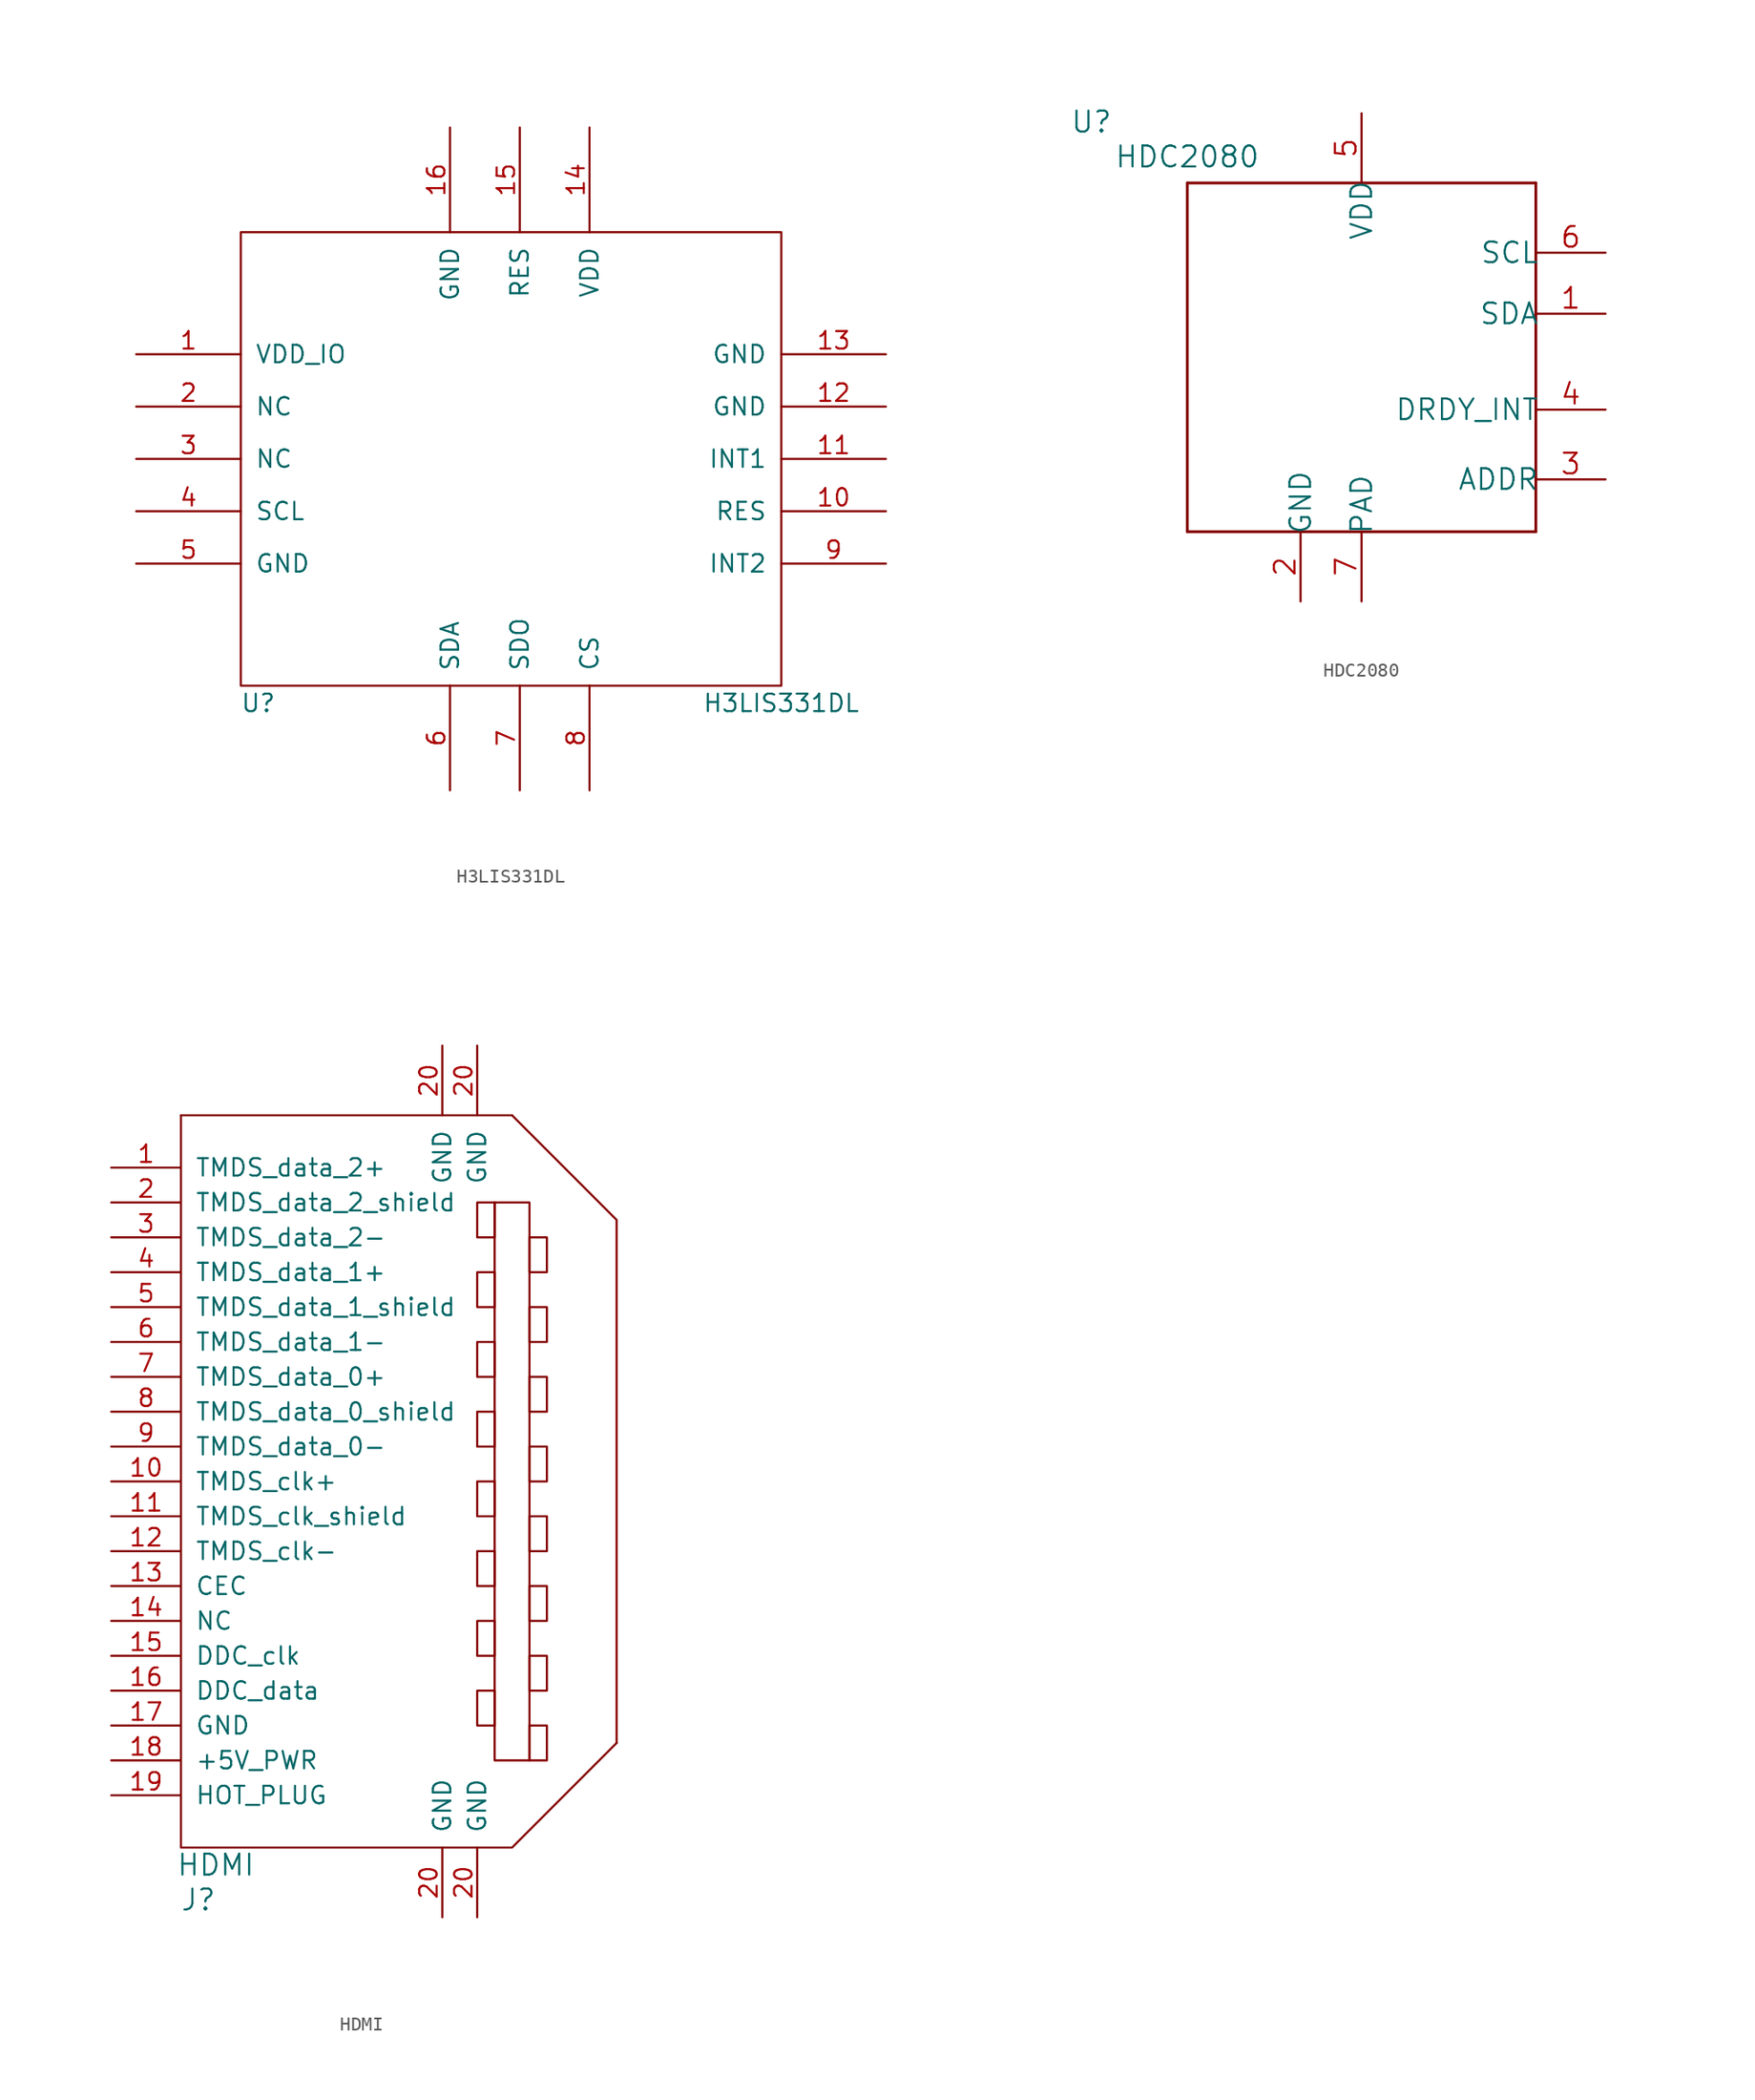
<source format=kicad_sym>
(kicad_symbol_lib
  (version 20211014)
  (generator kicad_symbol_editor)
  (symbol "H3LIS331DL"
    (pin_names
      (offset 1.016))
    (property "Reference" "U"
      (at -19.05 -17.78 0)
      (effects (font (size 1.27 1.27))))
    (property "Value" "H3LIS331DL"
      (at 19.05 -17.78 0)
      (effects (font (size 1.27 1.27))))
    (symbol "H3LIS331DL_1_0"
      (rectangle (start -20.32 -16.51) (end 19.05 16.51) (stroke (width 0) (type default) (color 0 0 0 0)) (fill (type none))))
    (symbol "H3LIS331DL_1_1"
      (pin input line (at -27.94 7.62 0) (length 7.62) (name "VDD_IO" (effects (font (size 1.27 1.27)))) (number "1" (effects (font (size 1.27 1.27)))))
      (pin input line (at 26.67 -3.81 180) (length 7.62) (name "RES" (effects (font (size 1.27 1.27)))) (number "10" (effects (font (size 1.27 1.27)))))
      (pin input line (at 26.67 0 180) (length 7.62) (name "INT1" (effects (font (size 1.27 1.27)))) (number "11" (effects (font (size 1.27 1.27)))))
      (pin input line (at 26.67 3.81 180) (length 7.62) (name "GND" (effects (font (size 1.27 1.27)))) (number "12" (effects (font (size 1.27 1.27)))))
      (pin input line (at 26.67 7.62 180) (length 7.62) (name "GND" (effects (font (size 1.27 1.27)))) (number "13" (effects (font (size 1.27 1.27)))))
      (pin input line (at 5.08 24.13 270) (length 7.62) (name "VDD" (effects (font (size 1.27 1.27)))) (number "14" (effects (font (size 1.27 1.27)))))
      (pin input line (at 0 24.13 270) (length 7.62) (name "RES" (effects (font (size 1.27 1.27)))) (number "15" (effects (font (size 1.27 1.27)))))
      (pin input line (at -5.08 24.13 270) (length 7.62) (name "GND" (effects (font (size 1.27 1.27)))) (number "16" (effects (font (size 1.27 1.27)))))
      (pin input line (at -27.94 3.81 0) (length 7.62) (name "NC" (effects (font (size 1.27 1.27)))) (number "2" (effects (font (size 1.27 1.27)))))
      (pin input line (at -27.94 0 0) (length 7.62) (name "NC" (effects (font (size 1.27 1.27)))) (number "3" (effects (font (size 1.27 1.27)))))
      (pin input line (at -27.94 -3.81 0) (length 7.62) (name "SCL" (effects (font (size 1.27 1.27)))) (number "4" (effects (font (size 1.27 1.27)))))
      (pin input line (at -27.94 -7.62 0) (length 7.62) (name "GND" (effects (font (size 1.27 1.27)))) (number "5" (effects (font (size 1.27 1.27)))))
      (pin input line (at -5.08 -24.13 90) (length 7.62) (name "SDA" (effects (font (size 1.27 1.27)))) (number "6" (effects (font (size 1.27 1.27)))))
      (pin input line (at 0 -24.13 90) (length 7.62) (name "SDO" (effects (font (size 1.27 1.27)))) (number "7" (effects (font (size 1.27 1.27)))))
      (pin input line (at 5.08 -24.13 90) (length 7.62) (name "CS" (effects (font (size 1.27 1.27)))) (number "8" (effects (font (size 1.27 1.27)))))
      (pin input line (at 26.67 -7.62 180) (length 7.62) (name "INT2" (effects (font (size 1.27 1.27)))) (number "9" (effects (font (size 1.27 1.27)))))))
  (symbol "HDC2080"
    (pin_names
      (offset -0.254))
    (property "Reference" "U"
      (at -19.685 17.145 0)
      (effects (font (size 1.524 1.524))))
    (property "Value" "HDC2080"
      (at -12.7 14.605 0)
      (effects (font (size 1.524 1.524))))
    (property "Datasheet" ""
      (at 0 0 0)
      (effects (font (size 1.524 1.524))))
    (property "ki_locked" ""
      (at 0 0 0)
      (effects (font (size 1.27 1.27))))
    (symbol "HDC2080_1_1"
      (polyline (pts (xy -12.7 -12.7) (xy 12.7 -12.7)) (stroke (width 0.203) (type default) (color 0 0 0 0)) (fill (type none)))
      (polyline (pts (xy -12.7 12.7) (xy -12.7 -12.7)) (stroke (width 0.203) (type default) (color 0 0 0 0)) (fill (type none)))
      (polyline (pts (xy 12.7 -12.7) (xy 12.7 12.7)) (stroke (width 0.203) (type default) (color 0 0 0 0)) (fill (type none)))
      (polyline (pts (xy 12.7 12.7) (xy -12.7 12.7)) (stroke (width 0.203) (type default) (color 0 0 0 0)) (fill (type none)))
      (pin bidirectional line (at 17.78 3.175 180) (length 5.08) (name "SDA" (effects (font (size 1.499 1.499)))) (number "1" (effects (font (size 1.499 1.499)))))
      (pin power_in line (at -4.445 -17.78 90) (length 5.08) (name "GND" (effects (font (size 1.499 1.499)))) (number "2" (effects (font (size 1.499 1.499)))))
      (pin input line (at 17.78 -8.89 180) (length 5.08) (name "ADDR" (effects (font (size 1.499 1.499)))) (number "3" (effects (font (size 1.499 1.499)))))
      (pin output line (at 17.78 -3.81 180) (length 5.08) (name "DRDY_INT" (effects (font (size 1.499 1.499)))) (number "4" (effects (font (size 1.499 1.499)))))
      (pin power_in line (at 0 17.78 270) (length 5.08) (name "VDD" (effects (font (size 1.499 1.499)))) (number "5" (effects (font (size 1.499 1.499)))))
      (pin bidirectional line (at 17.78 7.62 180) (length 5.08) (name "SCL" (effects (font (size 1.499 1.499)))) (number "6" (effects (font (size 1.499 1.499)))))
      (pin unspecified line (at 0 -17.78 90) (length 5.08) (name "PAD" (effects (font (size 1.499 1.499)))) (number "7" (effects (font (size 1.499 1.499)))))))
  (symbol "HDMI"
    (pin_names
      (offset 1.016))
    (property "Reference" "J"
      (at -27.94 -2.54 0)
      (effects (font (size 1.524 1.524))))
    (property "Value" "HDMI"
      (at -26.67 0 0)
      (effects (font (size 1.524 1.524))))
    (symbol "HDMI_0_1"
      (rectangle (start -6.35 12.7) (end -7.62 10.16) (stroke (width 0) (type default) (color 0 0 0 0)) (fill (type none)))
      (rectangle (start -6.35 17.78) (end -7.62 15.24) (stroke (width 0) (type default) (color 0 0 0 0)) (fill (type none)))
      (rectangle (start -6.35 22.86) (end -7.62 20.32) (stroke (width 0) (type default) (color 0 0 0 0)) (fill (type none)))
      (rectangle (start -6.35 27.94) (end -7.62 25.4) (stroke (width 0) (type default) (color 0 0 0 0)) (fill (type none)))
      (rectangle (start -6.35 33.02) (end -7.62 30.48) (stroke (width 0) (type default) (color 0 0 0 0)) (fill (type none)))
      (rectangle (start -6.35 38.1) (end -7.62 35.56) (stroke (width 0) (type default) (color 0 0 0 0)) (fill (type none)))
      (rectangle (start -6.35 43.18) (end -7.62 40.64) (stroke (width 0) (type default) (color 0 0 0 0)) (fill (type none)))
      (rectangle (start -6.35 48.26) (end -7.62 45.72) (stroke (width 0) (type default) (color 0 0 0 0)) (fill (type none)))
      (rectangle (start -6.35 48.26) (end -3.81 7.62) (stroke (width 0) (type default) (color 0 0 0 0)) (fill (type none)))
      (rectangle (start -3.81 10.16) (end -2.54 7.62) (stroke (width 0) (type default) (color 0 0 0 0)) (fill (type none)))
      (rectangle (start -3.81 15.24) (end -2.54 12.7) (stroke (width 0) (type default) (color 0 0 0 0)) (fill (type none)))
      (rectangle (start -3.81 20.32) (end -2.54 17.78) (stroke (width 0) (type default) (color 0 0 0 0)) (fill (type none)))
      (rectangle (start -3.81 25.4) (end -2.54 22.86) (stroke (width 0) (type default) (color 0 0 0 0)) (fill (type none)))
      (rectangle (start -3.81 30.48) (end -2.54 27.94) (stroke (width 0) (type default) (color 0 0 0 0)) (fill (type none)))
      (rectangle (start -3.81 35.56) (end -2.54 33.02) (stroke (width 0) (type default) (color 0 0 0 0)) (fill (type none)))
      (rectangle (start -3.81 40.64) (end -2.54 38.1) (stroke (width 0) (type default) (color 0 0 0 0)) (fill (type none)))
      (rectangle (start -3.81 45.72) (end -2.54 43.18) (stroke (width 0) (type default) (color 0 0 0 0)) (fill (type none)))
      (polyline (pts (xy -5.08 54.61) (xy -29.21 54.61)) (stroke (width 0) (type default) (color 0 0 0 0)) (fill (type none)))
      (polyline (pts (xy -5.08 54.61) (xy 2.54 46.99) (xy 2.54 8.89)) (stroke (width 0) (type default) (color 0 0 0 0)) (fill (type none)))
      (polyline (pts (xy -29.21 54.61) (xy -29.21 1.27) (xy -5.08 1.27) (xy 2.54 8.89)) (stroke (width 0) (type default) (color 0 0 0 0)) (fill (type none))))
    (symbol "HDMI_1_1"
      (pin input line (at -34.29 50.8 0) (length 5.08) (name "TMDS_data_2+" (effects (font (size 1.27 1.27)))) (number "1" (effects (font (size 1.27 1.27)))))
      (pin input line (at -34.29 27.94 0) (length 5.08) (name "TMDS_clk+" (effects (font (size 1.27 1.27)))) (number "10" (effects (font (size 1.27 1.27)))))
      (pin input line (at -34.29 25.4 0) (length 5.08) (name "TMDS_clk_shield" (effects (font (size 1.27 1.27)))) (number "11" (effects (font (size 1.27 1.27)))))
      (pin input line (at -34.29 22.86 0) (length 5.08) (name "TMDS_clk-" (effects (font (size 1.27 1.27)))) (number "12" (effects (font (size 1.27 1.27)))))
      (pin input line (at -34.29 20.32 0) (length 5.08) (name "CEC" (effects (font (size 1.27 1.27)))) (number "13" (effects (font (size 1.27 1.27)))))
      (pin input line (at -34.29 17.78 0) (length 5.08) (name "NC" (effects (font (size 1.27 1.27)))) (number "14" (effects (font (size 1.27 1.27)))))
      (pin input line (at -34.29 15.24 0) (length 5.08) (name "DDC_clk" (effects (font (size 1.27 1.27)))) (number "15" (effects (font (size 1.27 1.27)))))
      (pin input line (at -34.29 12.7 0) (length 5.08) (name "DDC_data" (effects (font (size 1.27 1.27)))) (number "16" (effects (font (size 1.27 1.27)))))
      (pin input line (at -34.29 10.16 0) (length 5.08) (name "GND" (effects (font (size 1.27 1.27)))) (number "17" (effects (font (size 1.27 1.27)))))
      (pin input line (at -34.29 7.62 0) (length 5.08) (name "+5V_PWR" (effects (font (size 1.27 1.27)))) (number "18" (effects (font (size 1.27 1.27)))))
      (pin input line (at -34.29 5.08 0) (length 5.08) (name "HOT_PLUG" (effects (font (size 1.27 1.27)))) (number "19" (effects (font (size 1.27 1.27)))))
      (pin input line (at -34.29 48.26 0) (length 5.08) (name "TMDS_data_2_shield" (effects (font (size 1.27 1.27)))) (number "2" (effects (font (size 1.27 1.27)))))
      (pin input line (at -10.16 -3.81 90) (length 5.08) (name "GND" (effects (font (size 1.27 1.27)))) (number "20" (effects (font (size 1.27 1.27)))))
      (pin input line (at -10.16 59.69 270) (length 5.08) (name "GND" (effects (font (size 1.27 1.27)))) (number "20" (effects (font (size 1.27 1.27)))))
      (pin input line (at -7.62 -3.81 90) (length 5.08) (name "GND" (effects (font (size 1.27 1.27)))) (number "20" (effects (font (size 1.27 1.27)))))
      (pin input line (at -7.62 59.69 270) (length 5.08) (name "GND" (effects (font (size 1.27 1.27)))) (number "20" (effects (font (size 1.27 1.27)))))
      (pin input line (at -34.29 45.72 0) (length 5.08) (name "TMDS_data_2-" (effects (font (size 1.27 1.27)))) (number "3" (effects (font (size 1.27 1.27)))))
      (pin input line (at -34.29 43.18 0) (length 5.08) (name "TMDS_data_1+" (effects (font (size 1.27 1.27)))) (number "4" (effects (font (size 1.27 1.27)))))
      (pin input line (at -34.29 40.64 0) (length 5.08) (name "TMDS_data_1_shield" (effects (font (size 1.27 1.27)))) (number "5" (effects (font (size 1.27 1.27)))))
      (pin input line (at -34.29 38.1 0) (length 5.08) (name "TMDS_data_1-" (effects (font (size 1.27 1.27)))) (number "6" (effects (font (size 1.27 1.27)))))
      (pin input line (at -34.29 35.56 0) (length 5.08) (name "TMDS_data_0+" (effects (font (size 1.27 1.27)))) (number "7" (effects (font (size 1.27 1.27)))))
      (pin input line (at -34.29 33.02 0) (length 5.08) (name "TMDS_data_0_shield" (effects (font (size 1.27 1.27)))) (number "8" (effects (font (size 1.27 1.27)))))
      (pin input line (at -34.29 30.48 0) (length 5.08) (name "TMDS_data_0-" (effects (font (size 1.27 1.27)))) (number "9" (effects (font (size 1.27 1.27))))))))
</source>
